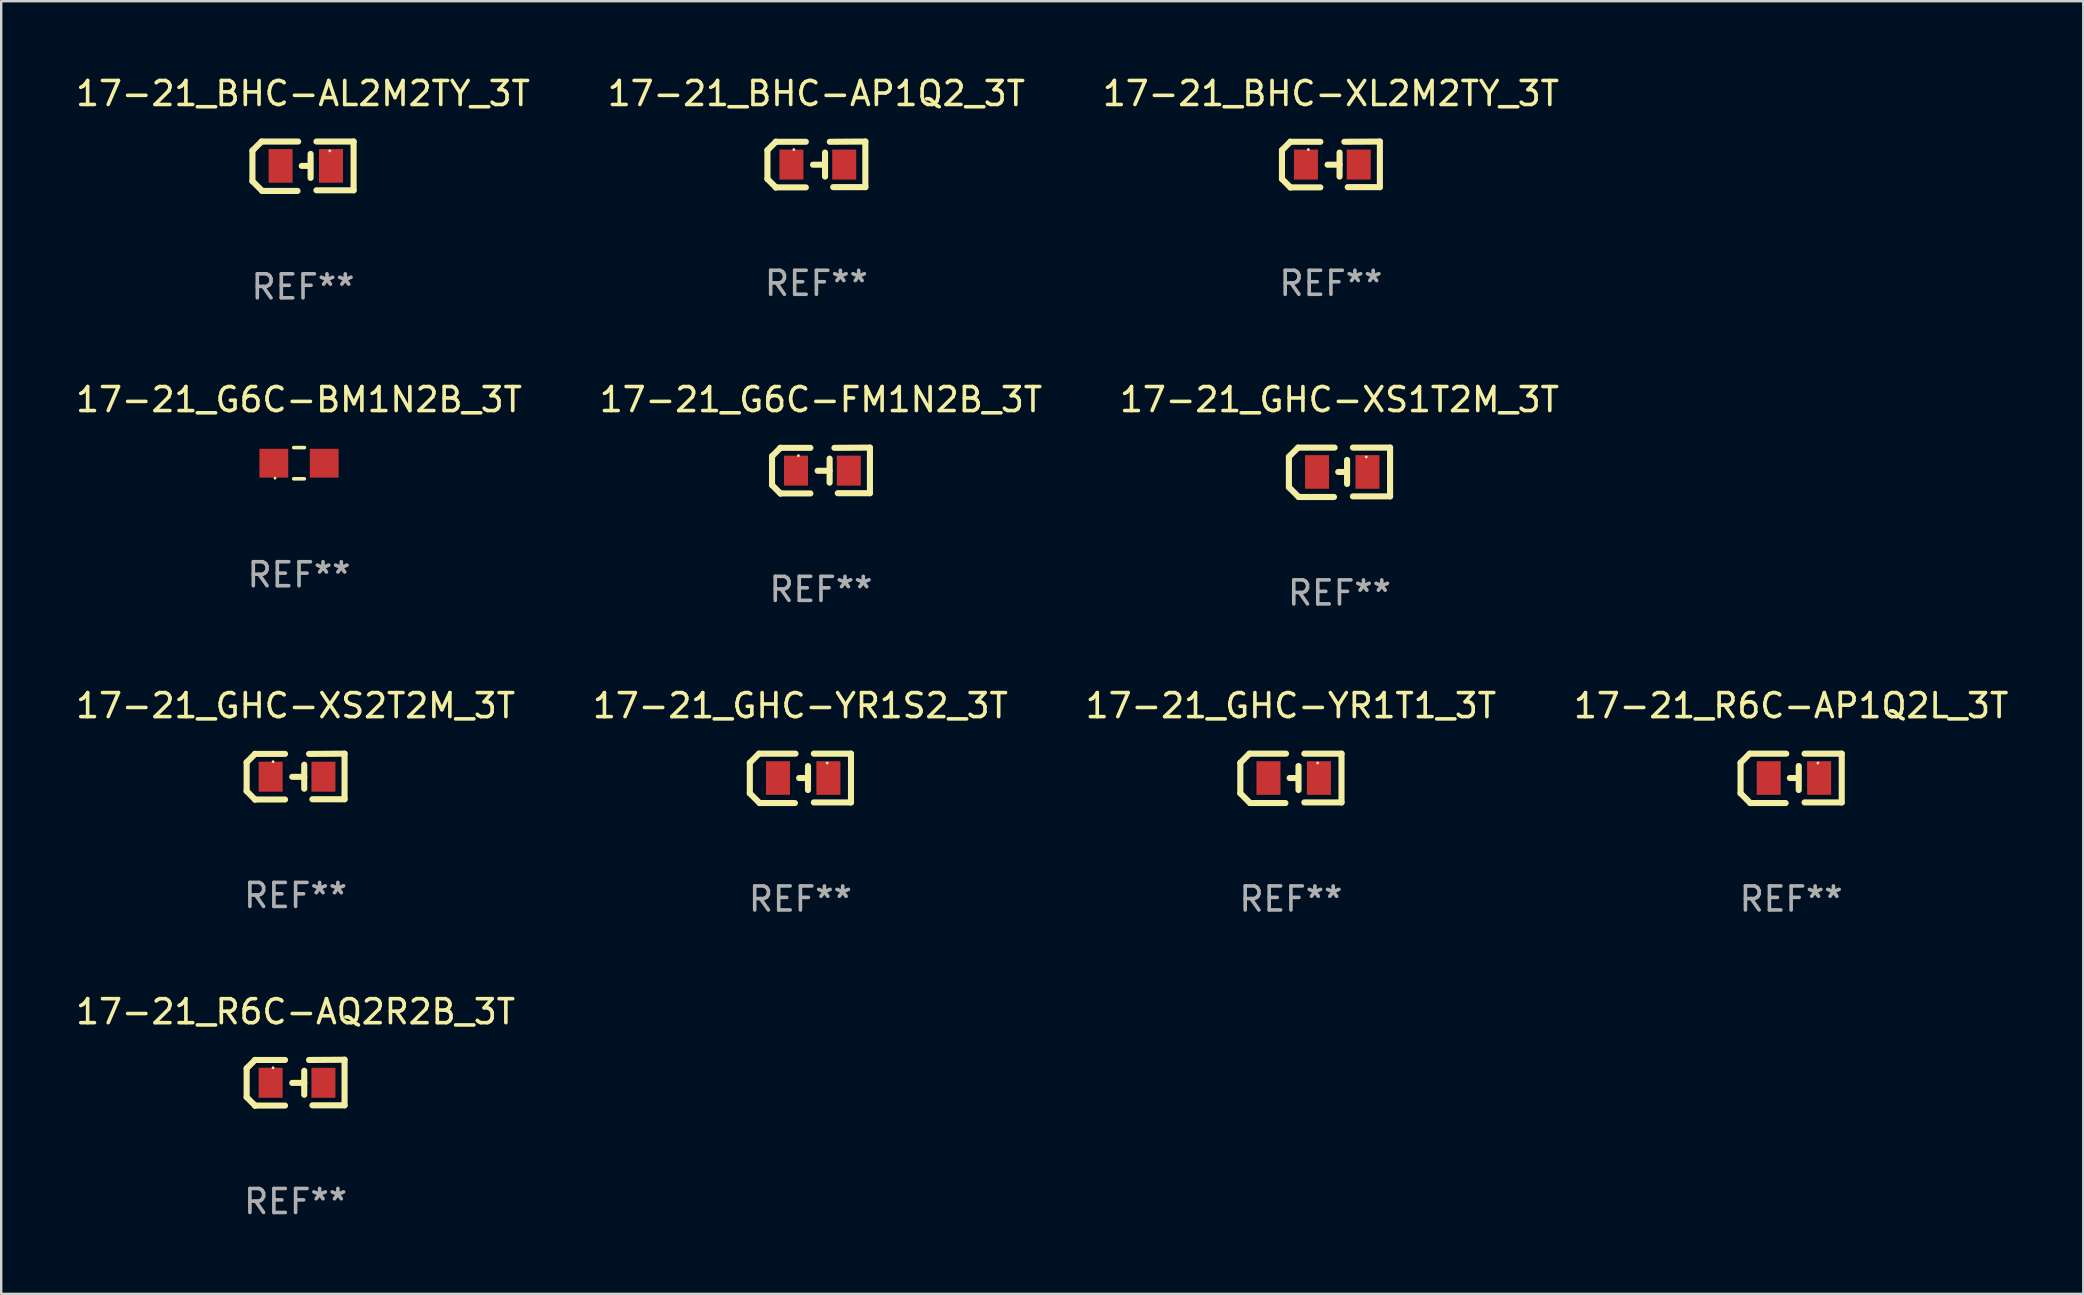
<source format=kicad_pcb>
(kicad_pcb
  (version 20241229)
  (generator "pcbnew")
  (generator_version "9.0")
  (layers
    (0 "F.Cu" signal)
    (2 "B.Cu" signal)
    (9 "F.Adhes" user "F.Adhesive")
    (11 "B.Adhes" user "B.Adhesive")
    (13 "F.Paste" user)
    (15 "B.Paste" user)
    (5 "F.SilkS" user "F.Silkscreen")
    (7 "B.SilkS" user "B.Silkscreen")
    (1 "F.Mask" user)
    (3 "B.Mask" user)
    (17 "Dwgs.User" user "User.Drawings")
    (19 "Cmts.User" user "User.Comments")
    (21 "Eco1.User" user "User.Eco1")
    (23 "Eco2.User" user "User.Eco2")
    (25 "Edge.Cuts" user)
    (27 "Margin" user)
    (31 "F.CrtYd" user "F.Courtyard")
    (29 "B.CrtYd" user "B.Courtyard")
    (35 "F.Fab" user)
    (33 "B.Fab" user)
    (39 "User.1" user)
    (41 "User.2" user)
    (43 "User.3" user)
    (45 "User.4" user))
  (footprint "17-21_GHC-YR1S2_3T"
    (layer "F.Cu")
    (at 30.304 29.385)
    (property "Reference" "17-21_GHC-YR1S2_3T" (at 0 -3.029 0) (layer "F.SilkS") (effects (font (size 1 1) (thickness 0.15))))
    (attr through_hole)
    (fp_line (start -2.108 -0.648) (end -1.727 -1.029) (stroke (width 0.254) (type solid)) (layer "F.SilkS"))
    (fp_line (start -2.108 0.622) (end -2.108 -0.648) (stroke (width 0.254) (type solid)) (layer "F.SilkS"))
    (fp_line (start -1.727 -1.029) (end -0.203 -1.029) (stroke (width 0.254) (type solid)) (layer "F.SilkS"))
    (fp_line (start -1.702 1.029) (end -2.108 0.622) (stroke (width 0.254) (type solid)) (layer "F.SilkS"))
    (fp_line (start -0.229 1.029) (end -1.702 1.029) (stroke (width 0.254) (type solid)) (layer "F.SilkS"))
    (fp_line (start 0.216 -0.014) (end -0.053 -0.014) (stroke (width 0.254) (type solid)) (layer "F.SilkS"))
    (fp_line (start 0.316 -0.514) (end 0.316 0.486) (stroke (width 0.254) (type solid)) (layer "F.SilkS"))
    (fp_line (start 0.559 1.003) (end 2.108 1.003) (stroke (width 0.254) (type solid)) (layer "F.SilkS"))
    (fp_line (start 2.108 -1.029) (end 0.559 -1.029) (stroke (width 0.254) (type solid)) (layer "F.SilkS"))
    (fp_line (start 2.108 1.003) (end 2.108 -1.029) (stroke (width 0.254) (type solid)) (layer "F.SilkS"))
    (fp_circle (center 1.116 -0.639) (end 1.146 -0.639) (stroke (width 0.06) (type solid)) (fill no) (layer "F.SilkS"))
    (fp_text user "REF**" (at 0 5.029 0) (layer "F.Fab") (effects (font (size 1 1) (thickness 0.15))))
    (pad "1" smd rect (at 1.166 -0.014 180) (size 1 1.4) (layers "F.Cu" "F.Mask" "F.Paste"))
    (pad "2" smd rect (at -0.935 -0.014 180) (size 1 1.4) (layers "F.Cu" "F.Mask" "F.Paste")))
  (footprint "17-21_BHC-AP1Q2_3T"
    (layer "F.Cu")
    (at 30.97 3.803)
    (property "Reference" "17-21_BHC-AP1Q2_3T" (at 0 -2.955 0) (layer "F.SilkS") (effects (font (size 1 1) (thickness 0.15))))
    (attr through_hole)
    (fp_line (start -2.04 -0.595) (end -2.04 0.605) (stroke (width 0.254) (type solid)) (layer "F.SilkS"))
    (fp_line (start -1.69 -0.945) (end -1.69 -0.945) (stroke (width 0.254) (type solid)) (layer "F.SilkS"))
    (fp_line (start -1.69 -0.945) (end -2.04 -0.595) (stroke (width 0.254) (type solid)) (layer "F.SilkS"))
    (fp_line (start -1.69 0.955) (end -2.04 0.605) (stroke (width 0.254) (type solid)) (layer "F.SilkS"))
    (fp_line (start -1.69 0.955) (end -1.69 0.955) (stroke (width 0.254) (type solid)) (layer "F.SilkS"))
    (fp_line (start -0.44 -0.945) (end -1.69 -0.945) (stroke (width 0.254) (type solid)) (layer "F.SilkS"))
    (fp_line (start -0.44 0.955) (end -1.69 0.955) (stroke (width 0.254) (type solid)) (layer "F.SilkS"))
    (fp_line (start 0.36 -0.495) (end 0.36 0.505) (stroke (width 0.254) (type solid)) (layer "F.SilkS"))
    (fp_line (start 0.36 0.01) (end -0.14 0.01) (stroke (width 0.254) (type solid)) (layer "F.SilkS"))
    (fp_line (start 0.56 -0.945) (end 2.04 -0.955) (stroke (width 0.254) (type solid)) (layer "F.SilkS"))
    (fp_line (start 0.7 0.945) (end 2.04 0.945) (stroke (width 0.254) (type solid)) (layer "F.SilkS"))
    (fp_line (start 2.04 -0.955) (end 2.04 0.945) (stroke (width 0.254) (type solid)) (layer "F.SilkS"))
    (fp_circle (center -0.94 -0.62) (end -0.91 -0.62) (stroke (width 0.06) (type solid)) (fill no) (layer "F.SilkS"))
    (fp_text user "REF**" (at 0 4.955 0) (layer "F.Fab") (effects (font (size 1 1) (thickness 0.15))))
    (pad "1" smd rect (at -1.04 0.005 180) (size 1 1.25) (layers "F.Cu" "F.Mask" "F.Paste"))
    (pad "2" smd rect (at 1.16 0.005 180) (size 1 1.25) (layers "F.Cu" "F.Mask" "F.Paste")))
  (footprint "17-21_GHC-XS2T2M_3T"
    (layer "F.Cu")
    (at 9.268 29.311)
    (property "Reference" "17-21_GHC-XS2T2M_3T" (at 0 -2.955 0) (layer "F.SilkS") (effects (font (size 1 1) (thickness 0.15))))
    (attr through_hole)
    (fp_line (start -2.04 -0.595) (end -2.04 0.605) (stroke (width 0.254) (type solid)) (layer "F.SilkS"))
    (fp_line (start -1.69 -0.945) (end -1.69 -0.945) (stroke (width 0.254) (type solid)) (layer "F.SilkS"))
    (fp_line (start -1.69 -0.945) (end -2.04 -0.595) (stroke (width 0.254) (type solid)) (layer "F.SilkS"))
    (fp_line (start -1.69 0.955) (end -2.04 0.605) (stroke (width 0.254) (type solid)) (layer "F.SilkS"))
    (fp_line (start -1.69 0.955) (end -1.69 0.955) (stroke (width 0.254) (type solid)) (layer "F.SilkS"))
    (fp_line (start -0.44 -0.945) (end -1.69 -0.945) (stroke (width 0.254) (type solid)) (layer "F.SilkS"))
    (fp_line (start -0.44 0.955) (end -1.69 0.955) (stroke (width 0.254) (type solid)) (layer "F.SilkS"))
    (fp_line (start 0.36 -0.495) (end 0.36 0.505) (stroke (width 0.254) (type solid)) (layer "F.SilkS"))
    (fp_line (start 0.36 0.01) (end -0.14 0.01) (stroke (width 0.254) (type solid)) (layer "F.SilkS"))
    (fp_line (start 0.56 -0.945) (end 2.04 -0.955) (stroke (width 0.254) (type solid)) (layer "F.SilkS"))
    (fp_line (start 0.7 0.945) (end 2.04 0.945) (stroke (width 0.254) (type solid)) (layer "F.SilkS"))
    (fp_line (start 2.04 -0.955) (end 2.04 0.945) (stroke (width 0.254) (type solid)) (layer "F.SilkS"))
    (fp_circle (center -0.94 -0.62) (end -0.91 -0.62) (stroke (width 0.06) (type solid)) (fill no) (layer "F.SilkS"))
    (fp_text user "REF**" (at 0 4.955 0) (layer "F.Fab") (effects (font (size 1 1) (thickness 0.15))))
    (pad "1" smd rect (at -1.04 0.005 180) (size 1 1.25) (layers "F.Cu" "F.Mask" "F.Paste"))
    (pad "2" smd rect (at 1.16 0.005 180) (size 1 1.25) (layers "F.Cu" "F.Mask" "F.Paste")))
  (footprint "17-21_GHC-YR1T1_3T"
    (layer "F.Cu")
    (at 50.744 29.385)
    (property "Reference" "17-21_GHC-YR1T1_3T" (at 0 -3.029 0) (layer "F.SilkS") (effects (font (size 1 1) (thickness 0.15))))
    (attr through_hole)
    (fp_line (start -2.108 -0.648) (end -1.727 -1.029) (stroke (width 0.254) (type solid)) (layer "F.SilkS"))
    (fp_line (start -2.108 0.622) (end -2.108 -0.648) (stroke (width 0.254) (type solid)) (layer "F.SilkS"))
    (fp_line (start -1.727 -1.029) (end -0.203 -1.029) (stroke (width 0.254) (type solid)) (layer "F.SilkS"))
    (fp_line (start -1.702 1.029) (end -2.108 0.622) (stroke (width 0.254) (type solid)) (layer "F.SilkS"))
    (fp_line (start -0.229 1.029) (end -1.702 1.029) (stroke (width 0.254) (type solid)) (layer "F.SilkS"))
    (fp_line (start 0.216 -0.014) (end -0.053 -0.014) (stroke (width 0.254) (type solid)) (layer "F.SilkS"))
    (fp_line (start 0.316 -0.514) (end 0.316 0.486) (stroke (width 0.254) (type solid)) (layer "F.SilkS"))
    (fp_line (start 0.559 1.003) (end 2.108 1.003) (stroke (width 0.254) (type solid)) (layer "F.SilkS"))
    (fp_line (start 2.108 -1.029) (end 0.559 -1.029) (stroke (width 0.254) (type solid)) (layer "F.SilkS"))
    (fp_line (start 2.108 1.003) (end 2.108 -1.029) (stroke (width 0.254) (type solid)) (layer "F.SilkS"))
    (fp_circle (center 1.116 -0.639) (end 1.146 -0.639) (stroke (width 0.06) (type solid)) (fill no) (layer "F.SilkS"))
    (fp_text user "REF**" (at 0 5.029 0) (layer "F.Fab") (effects (font (size 1 1) (thickness 0.15))))
    (pad "1" smd rect (at 1.166 -0.014 180) (size 1 1.4) (layers "F.Cu" "F.Mask" "F.Paste"))
    (pad "2" smd rect (at -0.935 -0.014 180) (size 1 1.4) (layers "F.Cu" "F.Mask" "F.Paste")))
  (footprint "17-21_R6C-AQ2R2B_3T"
    (layer "F.Cu")
    (at 9.268 42.065)
    (property "Reference" "17-21_R6C-AQ2R2B_3T" (at 0 -2.955 0) (layer "F.SilkS") (effects (font (size 1 1) (thickness 0.15))))
    (attr through_hole)
    (fp_line (start -2.04 -0.595) (end -2.04 0.605) (stroke (width 0.254) (type solid)) (layer "F.SilkS"))
    (fp_line (start -1.69 -0.945) (end -1.69 -0.945) (stroke (width 0.254) (type solid)) (layer "F.SilkS"))
    (fp_line (start -1.69 -0.945) (end -2.04 -0.595) (stroke (width 0.254) (type solid)) (layer "F.SilkS"))
    (fp_line (start -1.69 0.955) (end -2.04 0.605) (stroke (width 0.254) (type solid)) (layer "F.SilkS"))
    (fp_line (start -1.69 0.955) (end -1.69 0.955) (stroke (width 0.254) (type solid)) (layer "F.SilkS"))
    (fp_line (start -0.44 -0.945) (end -1.69 -0.945) (stroke (width 0.254) (type solid)) (layer "F.SilkS"))
    (fp_line (start -0.44 0.955) (end -1.69 0.955) (stroke (width 0.254) (type solid)) (layer "F.SilkS"))
    (fp_line (start 0.36 -0.495) (end 0.36 0.505) (stroke (width 0.254) (type solid)) (layer "F.SilkS"))
    (fp_line (start 0.36 0.01) (end -0.14 0.01) (stroke (width 0.254) (type solid)) (layer "F.SilkS"))
    (fp_line (start 0.56 -0.945) (end 2.04 -0.955) (stroke (width 0.254) (type solid)) (layer "F.SilkS"))
    (fp_line (start 0.7 0.945) (end 2.04 0.945) (stroke (width 0.254) (type solid)) (layer "F.SilkS"))
    (fp_line (start 2.04 -0.955) (end 2.04 0.945) (stroke (width 0.254) (type solid)) (layer "F.SilkS"))
    (fp_circle (center -0.94 -0.62) (end -0.91 -0.62) (stroke (width 0.06) (type solid)) (fill no) (layer "F.SilkS"))
    (fp_text user "REF**" (at 0 4.955 0) (layer "F.Fab") (effects (font (size 1 1) (thickness 0.15))))
    (pad "1" smd rect (at -1.04 0.005 180) (size 1 1.25) (layers "F.Cu" "F.Mask" "F.Paste"))
    (pad "2" smd rect (at 1.16 0.005 180) (size 1 1.25) (layers "F.Cu" "F.Mask" "F.Paste")))
  (footprint "17-21_G6C-BM1N2B_3T"
    (layer "F.Cu")
    (at 9.411 16.252)
    (property "Reference" "17-21_G6C-BM1N2B_3T" (at 0 -2.65 0) (layer "F.SilkS") (effects (font (size 1 1) (thickness 0.15))))
    (attr through_hole)
    (fp_line (start -0.222 -0.65) (end 0.222 -0.65) (stroke (width 0.15) (type solid)) (layer "F.SilkS"))
    (fp_line (start -0.222 0.65) (end 0.222 0.65) (stroke (width 0.15) (type solid)) (layer "F.SilkS"))
    (fp_circle (center -1 0.625) (end -0.97 0.625) (stroke (width 0.06) (type solid)) (fill no) (layer "F.SilkS"))
    (fp_text user "REF**" (at 0 4.65 0) (layer "F.Fab") (effects (font (size 1 1) (thickness 0.15))))
    (pad "1" smd rect (at -1.05 0) (size 1.2 1.2) (layers "F.Cu" "F.Mask" "F.Paste"))
    (pad "2" smd rect (at 1.05 0) (size 1.2 1.2) (layers "F.Cu" "F.Mask" "F.Paste")))
  (footprint "17-21_R6C-AP1Q2L_3T"
    (layer "F.Cu")
    (at 71.589 29.385)
    (property "Reference" "17-21_R6C-AP1Q2L_3T" (at 0 -3.029 0) (layer "F.SilkS") (effects (font (size 1 1) (thickness 0.15))))
    (attr through_hole)
    (fp_line (start -2.108 -0.648) (end -1.727 -1.029) (stroke (width 0.254) (type solid)) (layer "F.SilkS"))
    (fp_line (start -2.108 0.622) (end -2.108 -0.648) (stroke (width 0.254) (type solid)) (layer "F.SilkS"))
    (fp_line (start -1.727 -1.029) (end -0.203 -1.029) (stroke (width 0.254) (type solid)) (layer "F.SilkS"))
    (fp_line (start -1.702 1.029) (end -2.108 0.622) (stroke (width 0.254) (type solid)) (layer "F.SilkS"))
    (fp_line (start -0.229 1.029) (end -1.702 1.029) (stroke (width 0.254) (type solid)) (layer "F.SilkS"))
    (fp_line (start 0.216 -0.014) (end -0.053 -0.014) (stroke (width 0.254) (type solid)) (layer "F.SilkS"))
    (fp_line (start 0.316 -0.514) (end 0.316 0.486) (stroke (width 0.254) (type solid)) (layer "F.SilkS"))
    (fp_line (start 0.559 1.003) (end 2.108 1.003) (stroke (width 0.254) (type solid)) (layer "F.SilkS"))
    (fp_line (start 2.108 -1.029) (end 0.559 -1.029) (stroke (width 0.254) (type solid)) (layer "F.SilkS"))
    (fp_line (start 2.108 1.003) (end 2.108 -1.029) (stroke (width 0.254) (type solid)) (layer "F.SilkS"))
    (fp_circle (center 1.116 -0.639) (end 1.146 -0.639) (stroke (width 0.06) (type solid)) (fill no) (layer "F.SilkS"))
    (fp_text user "REF**" (at 0 5.029 0) (layer "F.Fab") (effects (font (size 1 1) (thickness 0.15))))
    (pad "1" smd rect (at 1.166 -0.014 180) (size 1 1.4) (layers "F.Cu" "F.Mask" "F.Paste"))
    (pad "2" smd rect (at -0.935 -0.014 180) (size 1 1.4) (layers "F.Cu" "F.Mask" "F.Paste")))
  (footprint "17-21_BHC-XL2M2TY_3T"
    (layer "F.Cu")
    (at 52.411 3.803)
    (property "Reference" "17-21_BHC-XL2M2TY_3T" (at 0 -2.955 0) (layer "F.SilkS") (effects (font (size 1 1) (thickness 0.15))))
    (attr through_hole)
    (fp_line (start -2.04 -0.595) (end -2.04 0.605) (stroke (width 0.254) (type solid)) (layer "F.SilkS"))
    (fp_line (start -1.69 -0.945) (end -1.69 -0.945) (stroke (width 0.254) (type solid)) (layer "F.SilkS"))
    (fp_line (start -1.69 -0.945) (end -2.04 -0.595) (stroke (width 0.254) (type solid)) (layer "F.SilkS"))
    (fp_line (start -1.69 0.955) (end -2.04 0.605) (stroke (width 0.254) (type solid)) (layer "F.SilkS"))
    (fp_line (start -1.69 0.955) (end -1.69 0.955) (stroke (width 0.254) (type solid)) (layer "F.SilkS"))
    (fp_line (start -0.44 -0.945) (end -1.69 -0.945) (stroke (width 0.254) (type solid)) (layer "F.SilkS"))
    (fp_line (start -0.44 0.955) (end -1.69 0.955) (stroke (width 0.254) (type solid)) (layer "F.SilkS"))
    (fp_line (start 0.36 -0.495) (end 0.36 0.505) (stroke (width 0.254) (type solid)) (layer "F.SilkS"))
    (fp_line (start 0.36 0.01) (end -0.14 0.01) (stroke (width 0.254) (type solid)) (layer "F.SilkS"))
    (fp_line (start 0.56 -0.945) (end 2.04 -0.955) (stroke (width 0.254) (type solid)) (layer "F.SilkS"))
    (fp_line (start 0.7 0.945) (end 2.04 0.945) (stroke (width 0.254) (type solid)) (layer "F.SilkS"))
    (fp_line (start 2.04 -0.955) (end 2.04 0.945) (stroke (width 0.254) (type solid)) (layer "F.SilkS"))
    (fp_circle (center -0.94 -0.62) (end -0.91 -0.62) (stroke (width 0.06) (type solid)) (fill no) (layer "F.SilkS"))
    (fp_text user "REF**" (at 0 4.955 0) (layer "F.Fab") (effects (font (size 1 1) (thickness 0.15))))
    (pad "1" smd rect (at -1.04 0.005 180) (size 1 1.25) (layers "F.Cu" "F.Mask" "F.Paste"))
    (pad "2" smd rect (at 1.16 0.005 180) (size 1 1.25) (layers "F.Cu" "F.Mask" "F.Paste")))
  (footprint "17-21_GHC-XS1T2M_3T"
    (layer "F.Cu")
    (at 52.768 16.631)
    (property "Reference" "17-21_GHC-XS1T2M_3T" (at 0 -3.029 0) (layer "F.SilkS") (effects (font (size 1 1) (thickness 0.15))))
    (attr through_hole)
    (fp_line (start -2.108 -0.648) (end -1.727 -1.029) (stroke (width 0.254) (type solid)) (layer "F.SilkS"))
    (fp_line (start -2.108 0.622) (end -2.108 -0.648) (stroke (width 0.254) (type solid)) (layer "F.SilkS"))
    (fp_line (start -1.727 -1.029) (end -0.203 -1.029) (stroke (width 0.254) (type solid)) (layer "F.SilkS"))
    (fp_line (start -1.702 1.029) (end -2.108 0.622) (stroke (width 0.254) (type solid)) (layer "F.SilkS"))
    (fp_line (start -0.229 1.029) (end -1.702 1.029) (stroke (width 0.254) (type solid)) (layer "F.SilkS"))
    (fp_line (start 0.216 -0.014) (end -0.053 -0.014) (stroke (width 0.254) (type solid)) (layer "F.SilkS"))
    (fp_line (start 0.316 -0.514) (end 0.316 0.486) (stroke (width 0.254) (type solid)) (layer "F.SilkS"))
    (fp_line (start 0.559 1.003) (end 2.108 1.003) (stroke (width 0.254) (type solid)) (layer "F.SilkS"))
    (fp_line (start 2.108 -1.029) (end 0.559 -1.029) (stroke (width 0.254) (type solid)) (layer "F.SilkS"))
    (fp_line (start 2.108 1.003) (end 2.108 -1.029) (stroke (width 0.254) (type solid)) (layer "F.SilkS"))
    (fp_circle (center 1.116 -0.639) (end 1.146 -0.639) (stroke (width 0.06) (type solid)) (fill no) (layer "F.SilkS"))
    (fp_text user "REF**" (at 0 5.029 0) (layer "F.Fab") (effects (font (size 1 1) (thickness 0.15))))
    (pad "1" smd rect (at 1.166 -0.014 180) (size 1 1.4) (layers "F.Cu" "F.Mask" "F.Paste"))
    (pad "2" smd rect (at -0.935 -0.014 180) (size 1 1.4) (layers "F.Cu" "F.Mask" "F.Paste")))
  (footprint "17-21_BHC-AL2M2TY_3T"
    (layer "F.Cu")
    (at 9.577 3.877)
    (property "Reference" "17-21_BHC-AL2M2TY_3T" (at 0 -3.029 0) (layer "F.SilkS") (effects (font (size 1 1) (thickness 0.15))))
    (attr through_hole)
    (fp_line (start -2.108 -0.648) (end -1.727 -1.029) (stroke (width 0.254) (type solid)) (layer "F.SilkS"))
    (fp_line (start -2.108 0.622) (end -2.108 -0.648) (stroke (width 0.254) (type solid)) (layer "F.SilkS"))
    (fp_line (start -1.727 -1.029) (end -0.203 -1.029) (stroke (width 0.254) (type solid)) (layer "F.SilkS"))
    (fp_line (start -1.702 1.029) (end -2.108 0.622) (stroke (width 0.254) (type solid)) (layer "F.SilkS"))
    (fp_line (start -0.229 1.029) (end -1.702 1.029) (stroke (width 0.254) (type solid)) (layer "F.SilkS"))
    (fp_line (start 0.216 -0.014) (end -0.053 -0.014) (stroke (width 0.254) (type solid)) (layer "F.SilkS"))
    (fp_line (start 0.316 -0.514) (end 0.316 0.486) (stroke (width 0.254) (type solid)) (layer "F.SilkS"))
    (fp_line (start 0.559 1.003) (end 2.108 1.003) (stroke (width 0.254) (type solid)) (layer "F.SilkS"))
    (fp_line (start 2.108 -1.029) (end 0.559 -1.029) (stroke (width 0.254) (type solid)) (layer "F.SilkS"))
    (fp_line (start 2.108 1.003) (end 2.108 -1.029) (stroke (width 0.254) (type solid)) (layer "F.SilkS"))
    (fp_circle (center 1.116 -0.639) (end 1.146 -0.639) (stroke (width 0.06) (type solid)) (fill no) (layer "F.SilkS"))
    (fp_text user "REF**" (at 0 5.029 0) (layer "F.Fab") (effects (font (size 1 1) (thickness 0.15))))
    (pad "1" smd rect (at 1.166 -0.014 180) (size 1 1.4) (layers "F.Cu" "F.Mask" "F.Paste"))
    (pad "2" smd rect (at -0.935 -0.014 180) (size 1 1.4) (layers "F.Cu" "F.Mask" "F.Paste")))
  (footprint "17-21_G6C-FM1N2B_3T"
    (layer "F.Cu")
    (at 31.161 16.557)
    (property "Reference" "17-21_G6C-FM1N2B_3T" (at 0 -2.955 0) (layer "F.SilkS") (effects (font (size 1 1) (thickness 0.15))))
    (attr through_hole)
    (fp_line (start -2.04 -0.595) (end -2.04 0.605) (stroke (width 0.254) (type solid)) (layer "F.SilkS"))
    (fp_line (start -1.69 -0.945) (end -1.69 -0.945) (stroke (width 0.254) (type solid)) (layer "F.SilkS"))
    (fp_line (start -1.69 -0.945) (end -2.04 -0.595) (stroke (width 0.254) (type solid)) (layer "F.SilkS"))
    (fp_line (start -1.69 0.955) (end -2.04 0.605) (stroke (width 0.254) (type solid)) (layer "F.SilkS"))
    (fp_line (start -1.69 0.955) (end -1.69 0.955) (stroke (width 0.254) (type solid)) (layer "F.SilkS"))
    (fp_line (start -0.44 -0.945) (end -1.69 -0.945) (stroke (width 0.254) (type solid)) (layer "F.SilkS"))
    (fp_line (start -0.44 0.955) (end -1.69 0.955) (stroke (width 0.254) (type solid)) (layer "F.SilkS"))
    (fp_line (start 0.36 -0.495) (end 0.36 0.505) (stroke (width 0.254) (type solid)) (layer "F.SilkS"))
    (fp_line (start 0.36 0.01) (end -0.14 0.01) (stroke (width 0.254) (type solid)) (layer "F.SilkS"))
    (fp_line (start 0.56 -0.945) (end 2.04 -0.955) (stroke (width 0.254) (type solid)) (layer "F.SilkS"))
    (fp_line (start 0.7 0.945) (end 2.04 0.945) (stroke (width 0.254) (type solid)) (layer "F.SilkS"))
    (fp_line (start 2.04 -0.955) (end 2.04 0.945) (stroke (width 0.254) (type solid)) (layer "F.SilkS"))
    (fp_circle (center -0.94 -0.62) (end -0.91 -0.62) (stroke (width 0.06) (type solid)) (fill no) (layer "F.SilkS"))
    (fp_text user "REF**" (at 0 4.955 0) (layer "F.Fab") (effects (font (size 1 1) (thickness 0.15))))
    (pad "1" smd rect (at -1.04 0.005 180) (size 1 1.25) (layers "F.Cu" "F.Mask" "F.Paste"))
    (pad "2" smd rect (at 1.16 0.005 180) (size 1 1.25) (layers "F.Cu" "F.Mask" "F.Paste")))
  (gr_rect
    (start -3 -3)
    (end 83.762 50.868)
    (stroke (width 0.1) (type default))
    (fill no)
    (layer "Edge.Cuts")))
</source>
